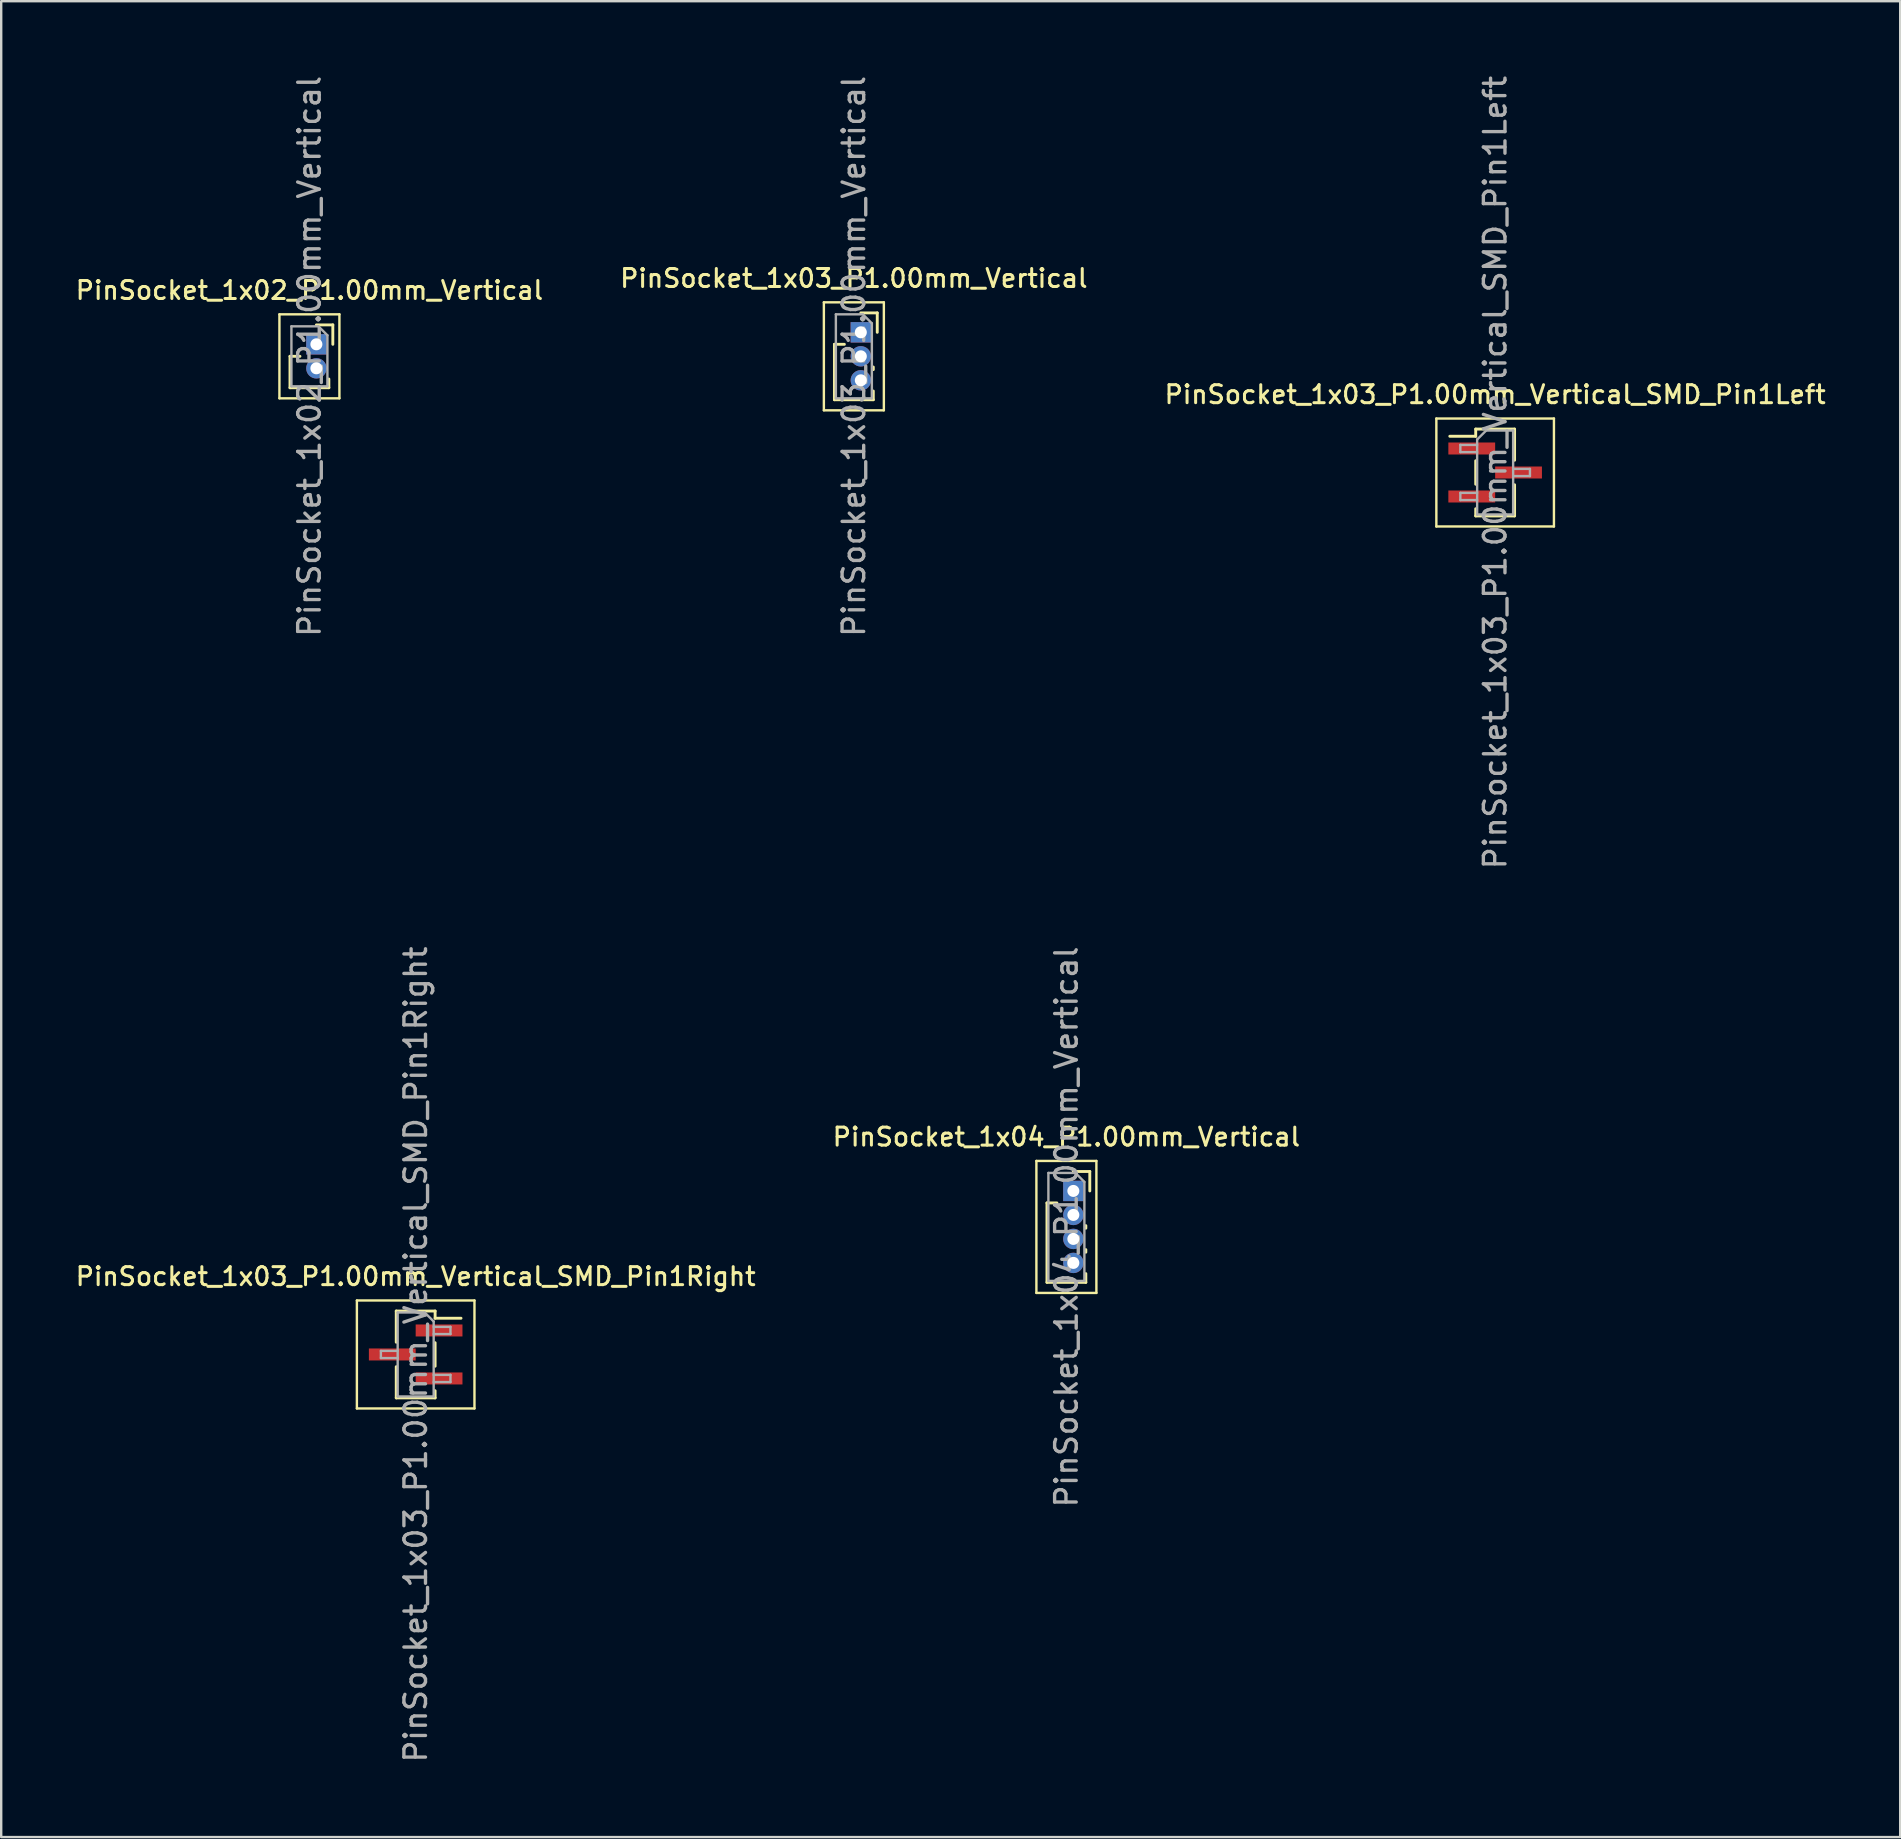
<source format=kicad_pcb>
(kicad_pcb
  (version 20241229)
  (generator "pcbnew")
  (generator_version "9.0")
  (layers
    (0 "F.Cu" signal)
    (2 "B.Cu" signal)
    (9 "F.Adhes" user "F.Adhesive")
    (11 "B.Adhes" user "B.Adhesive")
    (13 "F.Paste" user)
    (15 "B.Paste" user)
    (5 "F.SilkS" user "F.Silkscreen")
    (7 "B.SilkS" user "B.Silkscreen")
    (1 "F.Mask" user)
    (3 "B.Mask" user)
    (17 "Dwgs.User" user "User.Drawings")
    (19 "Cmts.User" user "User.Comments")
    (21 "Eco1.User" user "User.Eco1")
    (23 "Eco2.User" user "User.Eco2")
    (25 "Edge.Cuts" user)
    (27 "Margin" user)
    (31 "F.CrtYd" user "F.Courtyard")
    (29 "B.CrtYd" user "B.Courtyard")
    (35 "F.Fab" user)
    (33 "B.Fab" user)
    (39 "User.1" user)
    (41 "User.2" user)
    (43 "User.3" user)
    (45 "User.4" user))
  (footprint "PinSocket_1x02_P1.00mm_Vertical"
    (layer "F.Cu")
    (at 10.135 11.299)
    (property "Reference" "PinSocket_1x02_P1.00mm_Vertical" (at -0.29 -2.25 0) (layer "F.SilkS") (effects (font (size 0.75 0.75) (thickness 0.125))))
    (attr through_hole)
    (fp_line (start -1.54 -1.25) (end 0.96 -1.25) (stroke (width 0.1) (type solid)) (layer "F.SilkS"))
    (fp_line (start -1.54 2.25) (end -1.54 -1.25) (stroke (width 0.1) (type solid)) (layer "F.SilkS"))
    (fp_line (start -1.1 0.5) (end -1.1 1.81) (stroke (width 0.12) (type solid)) (layer "F.SilkS"))
    (fp_line (start -1.1 0.5) (end -0.685 0.5) (stroke (width 0.12) (type solid)) (layer "F.SilkS"))
    (fp_line (start -1.1 1.81) (end 0.52 1.81) (stroke (width 0.12) (type solid)) (layer "F.SilkS"))
    (fp_line (start 0 -0.81) (end 0.685 -0.81) (stroke (width 0.12) (type solid)) (layer "F.SilkS"))
    (fp_line (start 0.52 1.446) (end 0.52 1.81) (stroke (width 0.12) (type solid)) (layer "F.SilkS"))
    (fp_line (start 0.685 -0.81) (end 0.685 0) (stroke (width 0.12) (type solid)) (layer "F.SilkS"))
    (fp_line (start 0.96 -1.25) (end 0.96 2.25) (stroke (width 0.1) (type solid)) (layer "F.SilkS"))
    (fp_line (start 0.96 2.25) (end -1.54 2.25) (stroke (width 0.1) (type solid)) (layer "F.SilkS"))
    (fp_line (start -1.04 -0.75) (end 0.085 -0.75) (stroke (width 0.1) (type solid)) (layer "F.Fab"))
    (fp_line (start -1.04 1.75) (end -1.04 -0.75) (stroke (width 0.1) (type solid)) (layer "F.Fab"))
    (fp_line (start 0.085 -0.75) (end 0.46 -0.375) (stroke (width 0.1) (type solid)) (layer "F.Fab"))
    (fp_line (start 0.46 -0.375) (end 0.46 1.75) (stroke (width 0.1) (type solid)) (layer "F.Fab"))
    (fp_line (start 0.46 1.75) (end -1.04 1.75) (stroke (width 0.1) (type solid)) (layer "F.Fab"))
    (fp_text user "${REFERENCE}" (at -0.29 0.5 90) (layer "F.Fab") (effects (font (size 0.9 0.9) (thickness 0.14))))
    (pad "1" thru_hole rect (at 0 0) (size 0.85 0.85) (drill 0.5) (layers "*.Cu" "*.Mask"))
    (pad "2" thru_hole oval (at 0 1) (size 0.85 0.85) (drill 0.5) (layers "*.Cu" "*.Mask")))
  (footprint "PinSocket_1x03_P1.00mm_Vertical_SMD_Pin1Left"
    (layer "F.Cu")
    (at 59.259 16.641)
    (property "Reference" "PinSocket_1x03_P1.00mm_Vertical_SMD_Pin1Left" (at 0 -3.25 0) (layer "F.SilkS") (effects (font (size 0.75 0.75) (thickness 0.125))))
    (attr smd)
    (fp_line (start -2.45 -2.25) (end 2.45 -2.25) (stroke (width 0.1) (type solid)) (layer "F.SilkS"))
    (fp_line (start -2.45 2.25) (end -2.45 -2.25) (stroke (width 0.1) (type solid)) (layer "F.SilkS"))
    (fp_line (start -1.89 -1.51) (end -0.81 -1.51) (stroke (width 0.12) (type solid)) (layer "F.SilkS"))
    (fp_line (start -0.81 -1.81) (end -0.81 -1.51) (stroke (width 0.12) (type solid)) (layer "F.SilkS"))
    (fp_line (start -0.81 -1.81) (end 0.81 -1.81) (stroke (width 0.12) (type solid)) (layer "F.SilkS"))
    (fp_line (start -0.81 -0.49) (end -0.81 0.49) (stroke (width 0.12) (type solid)) (layer "F.SilkS"))
    (fp_line (start -0.81 1.51) (end -0.81 1.81) (stroke (width 0.12) (type solid)) (layer "F.SilkS"))
    (fp_line (start -0.81 1.81) (end 0.81 1.81) (stroke (width 0.12) (type solid)) (layer "F.SilkS"))
    (fp_line (start 0.81 -1.81) (end 0.81 -0.51) (stroke (width 0.12) (type solid)) (layer "F.SilkS"))
    (fp_line (start 0.81 0.51) (end 0.81 1.81) (stroke (width 0.12) (type solid)) (layer "F.SilkS"))
    (fp_line (start 2.45 -2.25) (end 2.45 2.25) (stroke (width 0.1) (type solid)) (layer "F.SilkS"))
    (fp_line (start 2.45 2.25) (end -2.45 2.25) (stroke (width 0.1) (type solid)) (layer "F.SilkS"))
    (fp_line (start -1.45 -1.15) (end -0.75 -1.15) (stroke (width 0.1) (type solid)) (layer "F.Fab"))
    (fp_line (start -1.45 -0.85) (end -1.45 -1.15) (stroke (width 0.1) (type solid)) (layer "F.Fab"))
    (fp_line (start -1.45 0.85) (end -0.75 0.85) (stroke (width 0.1) (type solid)) (layer "F.Fab"))
    (fp_line (start -1.45 1.15) (end -1.45 0.85) (stroke (width 0.1) (type solid)) (layer "F.Fab"))
    (fp_line (start -0.75 -1.375) (end -0.375 -1.75) (stroke (width 0.1) (type solid)) (layer "F.Fab"))
    (fp_line (start -0.75 -0.85) (end -1.45 -0.85) (stroke (width 0.1) (type solid)) (layer "F.Fab"))
    (fp_line (start -0.75 1.15) (end -1.45 1.15) (stroke (width 0.1) (type solid)) (layer "F.Fab"))
    (fp_line (start -0.75 1.75) (end -0.75 -1.375) (stroke (width 0.1) (type solid)) (layer "F.Fab"))
    (fp_line (start -0.375 -1.75) (end 0.75 -1.75) (stroke (width 0.1) (type solid)) (layer "F.Fab"))
    (fp_line (start 0.75 -1.75) (end 0.75 1.75) (stroke (width 0.1) (type solid)) (layer "F.Fab"))
    (fp_line (start 0.75 -0.15) (end 1.45 -0.15) (stroke (width 0.1) (type solid)) (layer "F.Fab"))
    (fp_line (start 0.75 1.75) (end -0.75 1.75) (stroke (width 0.1) (type solid)) (layer "F.Fab"))
    (fp_line (start 1.45 -0.15) (end 1.45 0.15) (stroke (width 0.1) (type solid)) (layer "F.Fab"))
    (fp_line (start 1.45 0.15) (end 0.75 0.15) (stroke (width 0.1) (type solid)) (layer "F.Fab"))
    (fp_text user "${REFERENCE}" (at 0 0 90) (layer "F.Fab") (effects (font (size 0.9 0.9) (thickness 0.14))))
    (pad "1" smd rect (at -0.975 -1) (size 1.95 0.5) (layers "F.Cu" "F.Mask" "F.Paste"))
    (pad "2" smd rect (at 0.975 0) (size 1.95 0.5) (layers "F.Cu" "F.Mask" "F.Paste"))
    (pad "3" smd rect (at -0.975 1) (size 1.95 0.5) (layers "F.Cu" "F.Mask" "F.Paste")))
  (footprint "PinSocket_1x04_P1.00mm_Vertical"
    (layer "F.Cu")
    (at 41.681 46.581)
    (property "Reference" "PinSocket_1x04_P1.00mm_Vertical" (at -0.29 -2.25 0) (layer "F.SilkS") (effects (font (size 0.75 0.75) (thickness 0.125))))
    (attr through_hole)
    (fp_line (start -1.54 -1.25) (end 0.96 -1.25) (stroke (width 0.1) (type solid)) (layer "F.SilkS"))
    (fp_line (start -1.54 4.25) (end -1.54 -1.25) (stroke (width 0.1) (type solid)) (layer "F.SilkS"))
    (fp_line (start -1.1 0.5) (end -1.1 3.81) (stroke (width 0.12) (type solid)) (layer "F.SilkS"))
    (fp_line (start -1.1 0.5) (end -0.685 0.5) (stroke (width 0.12) (type solid)) (layer "F.SilkS"))
    (fp_line (start -1.1 3.81) (end 0.52 3.81) (stroke (width 0.12) (type solid)) (layer "F.SilkS"))
    (fp_line (start 0 -0.81) (end 0.685 -0.81) (stroke (width 0.12) (type solid)) (layer "F.SilkS"))
    (fp_line (start 0.52 1.446) (end 0.52 1.554) (stroke (width 0.12) (type solid)) (layer "F.SilkS"))
    (fp_line (start 0.52 2.446) (end 0.52 2.554) (stroke (width 0.12) (type solid)) (layer "F.SilkS"))
    (fp_line (start 0.52 3.446) (end 0.52 3.81) (stroke (width 0.12) (type solid)) (layer "F.SilkS"))
    (fp_line (start 0.685 -0.81) (end 0.685 0) (stroke (width 0.12) (type solid)) (layer "F.SilkS"))
    (fp_line (start 0.96 -1.25) (end 0.96 4.25) (stroke (width 0.1) (type solid)) (layer "F.SilkS"))
    (fp_line (start 0.96 4.25) (end -1.54 4.25) (stroke (width 0.1) (type solid)) (layer "F.SilkS"))
    (fp_line (start -1.04 -0.75) (end 0.085 -0.75) (stroke (width 0.1) (type solid)) (layer "F.Fab"))
    (fp_line (start -1.04 3.75) (end -1.04 -0.75) (stroke (width 0.1) (type solid)) (layer "F.Fab"))
    (fp_line (start 0.085 -0.75) (end 0.46 -0.375) (stroke (width 0.1) (type solid)) (layer "F.Fab"))
    (fp_line (start 0.46 -0.375) (end 0.46 3.75) (stroke (width 0.1) (type solid)) (layer "F.Fab"))
    (fp_line (start 0.46 3.75) (end -1.04 3.75) (stroke (width 0.1) (type solid)) (layer "F.Fab"))
    (fp_text user "${REFERENCE}" (at -0.29 1.5 90) (layer "F.Fab") (effects (font (size 0.9 0.9) (thickness 0.14))))
    (pad "1" thru_hole rect (at 0 0) (size 0.85 0.85) (drill 0.5) (layers "*.Cu" "*.Mask"))
    (pad "2" thru_hole oval (at 0 1) (size 0.85 0.85) (drill 0.5) (layers "*.Cu" "*.Mask"))
    (pad "3" thru_hole oval (at 0 2) (size 0.85 0.85) (drill 0.5) (layers "*.Cu" "*.Mask"))
    (pad "4" thru_hole oval (at 0 3) (size 0.85 0.85) (drill 0.5) (layers "*.Cu" "*.Mask")))
  (footprint "PinSocket_1x03_P1.00mm_Vertical_SMD_Pin1Right"
    (layer "F.Cu")
    (at 14.273 53.396)
    (property "Reference" "PinSocket_1x03_P1.00mm_Vertical_SMD_Pin1Right" (at 0 -3.25 0) (layer "F.SilkS") (effects (font (size 0.75 0.75) (thickness 0.125))))
    (attr smd)
    (fp_line (start -2.45 -2.25) (end 2.45 -2.25) (stroke (width 0.1) (type solid)) (layer "F.SilkS"))
    (fp_line (start -2.45 2.25) (end -2.45 -2.25) (stroke (width 0.1) (type solid)) (layer "F.SilkS"))
    (fp_line (start -0.81 -1.81) (end -0.81 -0.51) (stroke (width 0.12) (type solid)) (layer "F.SilkS"))
    (fp_line (start -0.81 -1.81) (end 0.81 -1.81) (stroke (width 0.12) (type solid)) (layer "F.SilkS"))
    (fp_line (start -0.81 0.51) (end -0.81 1.81) (stroke (width 0.12) (type solid)) (layer "F.SilkS"))
    (fp_line (start -0.81 1.81) (end 0.81 1.81) (stroke (width 0.12) (type solid)) (layer "F.SilkS"))
    (fp_line (start 0.81 -1.81) (end 0.81 -1.51) (stroke (width 0.12) (type solid)) (layer "F.SilkS"))
    (fp_line (start 0.81 -1.51) (end 1.89 -1.51) (stroke (width 0.12) (type solid)) (layer "F.SilkS"))
    (fp_line (start 0.81 -0.49) (end 0.81 0.49) (stroke (width 0.12) (type solid)) (layer "F.SilkS"))
    (fp_line (start 0.81 1.51) (end 0.81 1.81) (stroke (width 0.12) (type solid)) (layer "F.SilkS"))
    (fp_line (start 2.45 -2.25) (end 2.45 2.25) (stroke (width 0.1) (type solid)) (layer "F.SilkS"))
    (fp_line (start 2.45 2.25) (end -2.45 2.25) (stroke (width 0.1) (type solid)) (layer "F.SilkS"))
    (fp_line (start -1.45 -0.15) (end -0.75 -0.15) (stroke (width 0.1) (type solid)) (layer "F.Fab"))
    (fp_line (start -1.45 0.15) (end -1.45 -0.15) (stroke (width 0.1) (type solid)) (layer "F.Fab"))
    (fp_line (start -0.75 -1.75) (end 0.375 -1.75) (stroke (width 0.1) (type solid)) (layer "F.Fab"))
    (fp_line (start -0.75 0.15) (end -1.45 0.15) (stroke (width 0.1) (type solid)) (layer "F.Fab"))
    (fp_line (start -0.75 1.75) (end -0.75 -1.75) (stroke (width 0.1) (type solid)) (layer "F.Fab"))
    (fp_line (start 0.375 -1.75) (end 0.75 -1.375) (stroke (width 0.1) (type solid)) (layer "F.Fab"))
    (fp_line (start 0.75 -1.375) (end 0.75 1.75) (stroke (width 0.1) (type solid)) (layer "F.Fab"))
    (fp_line (start 0.75 -1.15) (end 1.45 -1.15) (stroke (width 0.1) (type solid)) (layer "F.Fab"))
    (fp_line (start 0.75 0.85) (end 1.45 0.85) (stroke (width 0.1) (type solid)) (layer "F.Fab"))
    (fp_line (start 0.75 1.75) (end -0.75 1.75) (stroke (width 0.1) (type solid)) (layer "F.Fab"))
    (fp_line (start 1.45 -1.15) (end 1.45 -0.85) (stroke (width 0.1) (type solid)) (layer "F.Fab"))
    (fp_line (start 1.45 -0.85) (end 0.75 -0.85) (stroke (width 0.1) (type solid)) (layer "F.Fab"))
    (fp_line (start 1.45 0.85) (end 1.45 1.15) (stroke (width 0.1) (type solid)) (layer "F.Fab"))
    (fp_line (start 1.45 1.15) (end 0.75 1.15) (stroke (width 0.1) (type solid)) (layer "F.Fab"))
    (fp_text user "${REFERENCE}" (at 0 0 90) (layer "F.Fab") (effects (font (size 0.9 0.9) (thickness 0.14))))
    (pad "1" smd rect (at 0.975 -1) (size 1.95 0.5) (layers "F.Cu" "F.Mask" "F.Paste"))
    (pad "2" smd rect (at -0.975 0) (size 1.95 0.5) (layers "F.Cu" "F.Mask" "F.Paste"))
    (pad "3" smd rect (at 0.975 1) (size 1.95 0.5) (layers "F.Cu" "F.Mask" "F.Paste")))
  (footprint "PinSocket_1x03_P1.00mm_Vertical"
    (layer "F.Cu")
    (at 32.824 10.799)
    (property "Reference" "PinSocket_1x03_P1.00mm_Vertical" (at -0.29 -2.25 0) (layer "F.SilkS") (effects (font (size 0.75 0.75) (thickness 0.125))))
    (attr through_hole)
    (fp_line (start -1.54 -1.25) (end 0.96 -1.25) (stroke (width 0.1) (type solid)) (layer "F.SilkS"))
    (fp_line (start -1.54 3.25) (end -1.54 -1.25) (stroke (width 0.1) (type solid)) (layer "F.SilkS"))
    (fp_line (start -1.1 0.5) (end -1.1 2.81) (stroke (width 0.12) (type solid)) (layer "F.SilkS"))
    (fp_line (start -1.1 0.5) (end -0.685 0.5) (stroke (width 0.12) (type solid)) (layer "F.SilkS"))
    (fp_line (start -1.1 2.81) (end 0.52 2.81) (stroke (width 0.12) (type solid)) (layer "F.SilkS"))
    (fp_line (start 0 -0.81) (end 0.685 -0.81) (stroke (width 0.12) (type solid)) (layer "F.SilkS"))
    (fp_line (start 0.52 1.446) (end 0.52 1.554) (stroke (width 0.12) (type solid)) (layer "F.SilkS"))
    (fp_line (start 0.52 2.446) (end 0.52 2.81) (stroke (width 0.12) (type solid)) (layer "F.SilkS"))
    (fp_line (start 0.685 -0.81) (end 0.685 0) (stroke (width 0.12) (type solid)) (layer "F.SilkS"))
    (fp_line (start 0.96 -1.25) (end 0.96 3.25) (stroke (width 0.1) (type solid)) (layer "F.SilkS"))
    (fp_line (start 0.96 3.25) (end -1.54 3.25) (stroke (width 0.1) (type solid)) (layer "F.SilkS"))
    (fp_line (start -1.04 -0.75) (end 0.085 -0.75) (stroke (width 0.1) (type solid)) (layer "F.Fab"))
    (fp_line (start -1.04 2.75) (end -1.04 -0.75) (stroke (width 0.1) (type solid)) (layer "F.Fab"))
    (fp_line (start 0.085 -0.75) (end 0.46 -0.375) (stroke (width 0.1) (type solid)) (layer "F.Fab"))
    (fp_line (start 0.46 -0.375) (end 0.46 2.75) (stroke (width 0.1) (type solid)) (layer "F.Fab"))
    (fp_line (start 0.46 2.75) (end -1.04 2.75) (stroke (width 0.1) (type solid)) (layer "F.Fab"))
    (fp_text user "${REFERENCE}" (at -0.29 1 90) (layer "F.Fab") (effects (font (size 0.9 0.9) (thickness 0.14))))
    (pad "1" thru_hole rect (at 0 0) (size 0.85 0.85) (drill 0.5) (layers "*.Cu" "*.Mask"))
    (pad "2" thru_hole oval (at 0 1) (size 0.85 0.85) (drill 0.5) (layers "*.Cu" "*.Mask"))
    (pad "3" thru_hole oval (at 0 2) (size 0.85 0.85) (drill 0.5) (layers "*.Cu" "*.Mask")))
  (gr_rect
    (start -3 -3)
    (end 76.139 73.509)
    (stroke (width 0.1) (type default))
    (fill no)
    (layer "Edge.Cuts")))
</source>
